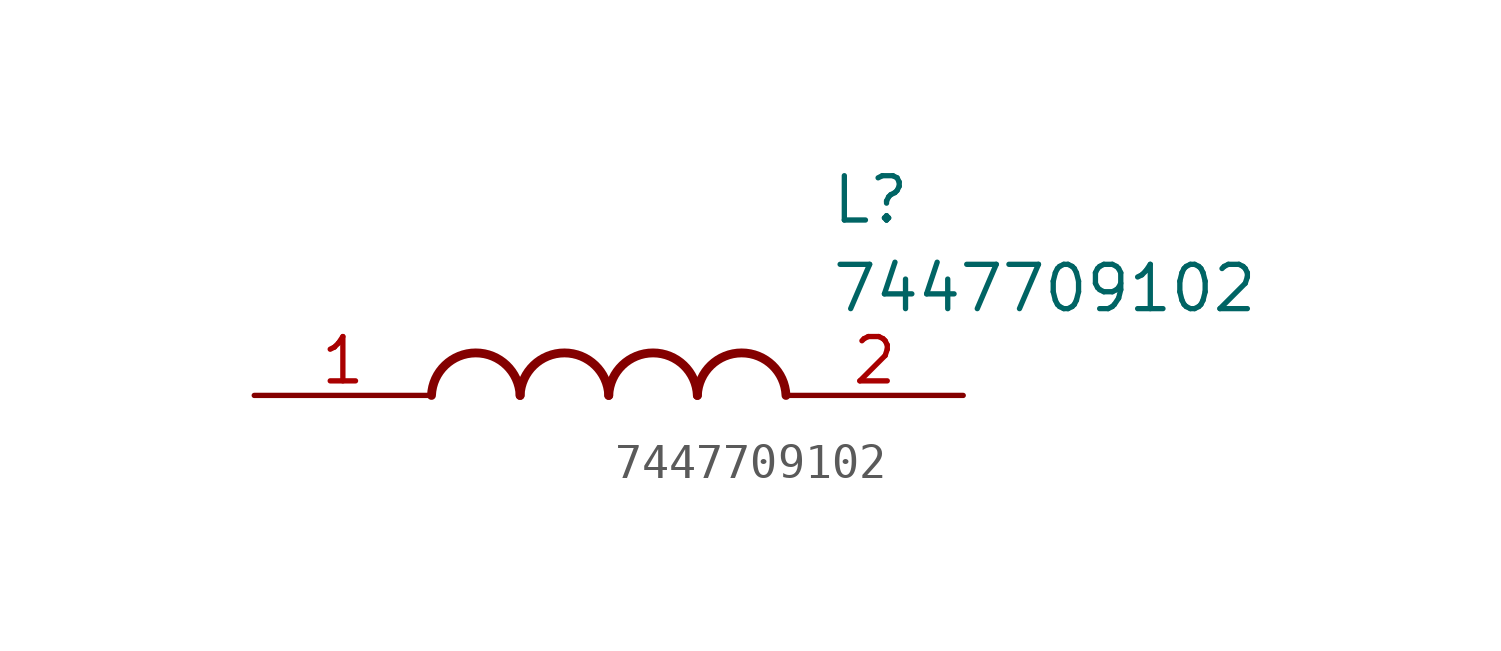
<source format=kicad_sym>
(kicad_symbol_lib
  (version 20211014)
  (generator SamacSys_ECAD_Model)
  (symbol "7447709102"
    (pin_names hide)
    (property "Reference" "L"
      (at 16.51 6.35 0)
      (effects (font (size 1.27 1.27)) (justify left top)))
    (property "Value" "7447709102"
      (at 16.51 3.81 0)
      (effects (font (size 1.27 1.27)) (justify left top)))
    (arc
      (start 7.62 0)
      (mid 6.35 1.219)
      (end 5.08 0)
      (stroke (width 0.254) (type default))
      (fill (type none)))
    (arc
      (start 10.16 0)
      (mid 8.89 1.219)
      (end 7.62 0)
      (stroke (width 0.254) (type default))
      (fill (type none)))
    (arc
      (start 12.7 0)
      (mid 11.43 1.219)
      (end 10.16 0)
      (stroke (width 0.254) (type default))
      (fill (type none)))
    (arc
      (start 15.24 0)
      (mid 13.97 1.219)
      (end 12.7 0)
      (stroke (width 0.254) (type default))
      (fill (type none)))
    (pin passive line
      (at 0 0 0)
      (length 5.08)
      (name "1" (effects (font (size 1.27 1.27))))
      (number "1" (effects (font (size 1.27 1.27)))))
    (pin passive line
      (at 20.32 0 180)
      (length 5.08)
      (name "2" (effects (font (size 1.27 1.27))))
      (number "2" (effects (font (size 1.27 1.27)))))))
</source>
